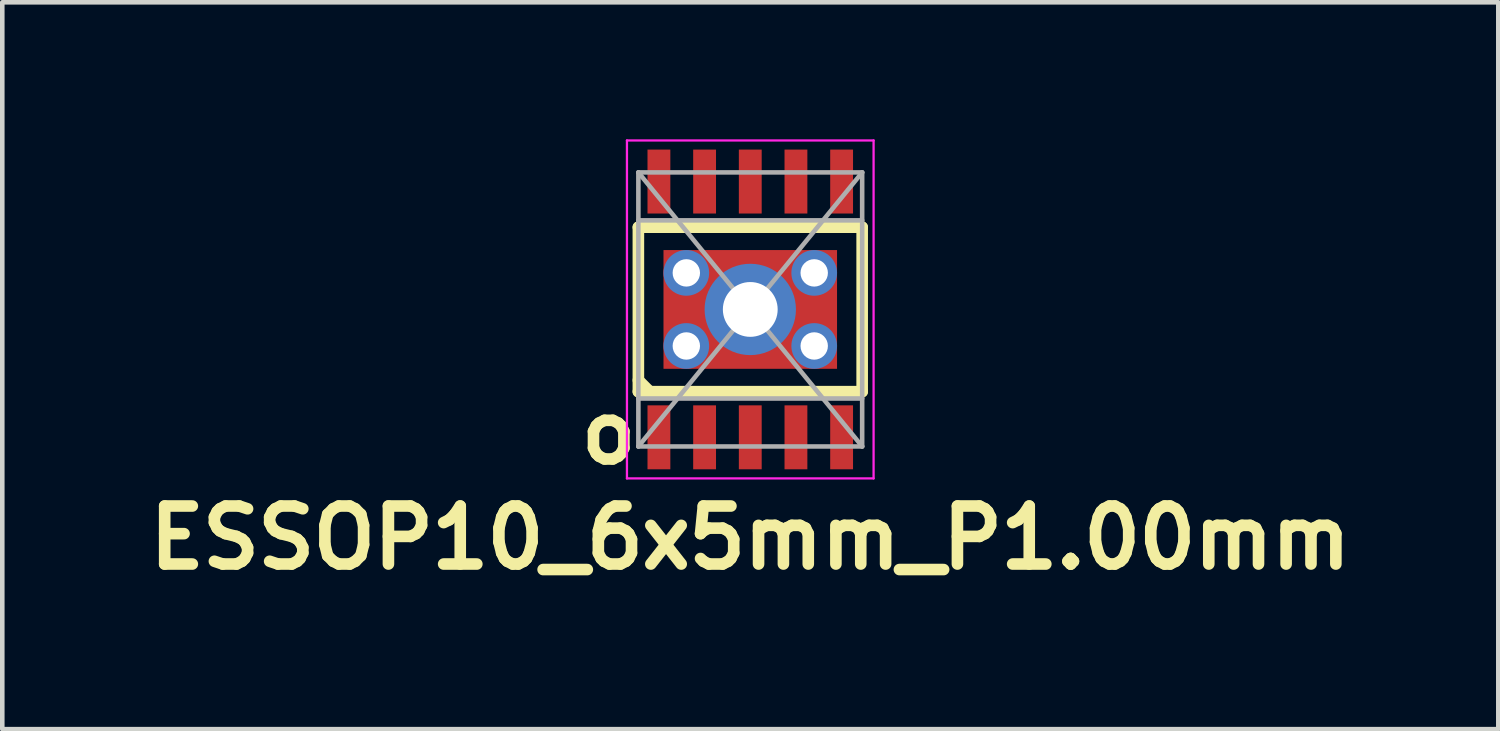
<source format=kicad_pcb>
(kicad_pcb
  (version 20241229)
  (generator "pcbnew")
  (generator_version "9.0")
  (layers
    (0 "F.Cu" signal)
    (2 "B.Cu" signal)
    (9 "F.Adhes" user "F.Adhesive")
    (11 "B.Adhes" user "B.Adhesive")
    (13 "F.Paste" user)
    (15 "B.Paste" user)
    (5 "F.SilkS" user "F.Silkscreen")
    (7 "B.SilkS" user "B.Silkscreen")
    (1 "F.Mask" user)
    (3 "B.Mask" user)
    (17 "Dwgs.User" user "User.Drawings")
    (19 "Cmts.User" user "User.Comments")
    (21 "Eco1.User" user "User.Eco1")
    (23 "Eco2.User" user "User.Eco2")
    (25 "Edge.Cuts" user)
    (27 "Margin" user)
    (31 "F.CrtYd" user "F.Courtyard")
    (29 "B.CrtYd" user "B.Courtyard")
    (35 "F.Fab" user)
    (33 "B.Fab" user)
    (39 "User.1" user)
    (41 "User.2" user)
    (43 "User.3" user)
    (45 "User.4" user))
  (footprint "ESSOP10_6x5mm_P1.00mm"
    (layer "F.Cu")
    (at 13.377 3.725)
    (property "Reference" "ESSOP10_6x5mm_P1.00mm" (at 0 5 0) (layer "F.SilkS") (effects (font (size 1.27 1.27) (thickness 0.254))))
    (attr smd)
    (fp_line (start -2.45 1.8) (end -2.45 -1.8) (stroke (width 0.254) (type solid)) (layer "F.SilkS"))
    (fp_line (start -2.2 1.8) (end -2.45 1.55) (stroke (width 0.254) (type solid)) (layer "F.SilkS"))
    (fp_line (start 2.45 -1.8) (end -2.45 -1.8) (stroke (width 0.254) (type solid)) (layer "F.SilkS"))
    (fp_line (start 2.45 1.8) (end -2.45 1.8) (stroke (width 0.254) (type solid)) (layer "F.SilkS"))
    (fp_line (start 2.45 1.8) (end 2.45 -1.8) (stroke (width 0.254) (type solid)) (layer "F.SilkS"))
    (fp_line (start -2.7 -3.7) (end 2.7 -3.7) (stroke (width 0.05) (type solid)) (layer "F.CrtYd"))
    (fp_line (start -2.7 3.7) (end -2.7 -3.7) (stroke (width 0.05) (type solid)) (layer "F.CrtYd"))
    (fp_line (start -2.7 3.7) (end 2.7 3.7) (stroke (width 0.05) (type solid)) (layer "F.CrtYd"))
    (fp_line (start 2.7 3.7) (end 2.7 -3.7) (stroke (width 0.05) (type solid)) (layer "F.CrtYd"))
    (fp_line (start -2.45 -3) (end 2.45 -3) (stroke (width 0.1) (type solid)) (layer "F.Fab"))
    (fp_line (start -2.45 -3) (end 2.45 3) (stroke (width 0.1) (type solid)) (layer "F.Fab"))
    (fp_line (start -2.45 -1.95) (end 2.45 -1.95) (stroke (width 0.1) (type solid)) (layer "F.Fab"))
    (fp_line (start -2.45 3) (end -2.45 -3) (stroke (width 0.1) (type solid)) (layer "F.Fab"))
    (fp_line (start -2.45 3) (end 2.45 -3) (stroke (width 0.1) (type solid)) (layer "F.Fab"))
    (fp_line (start 2.45 -3) (end 2.45 3) (stroke (width 0.1) (type solid)) (layer "F.Fab"))
    (fp_line (start 2.45 1.95) (end -2.45 1.95) (stroke (width 0.1) (type solid)) (layer "F.Fab"))
    (fp_line (start 2.45 3) (end -2.45 3) (stroke (width 0.1) (type solid)) (layer "F.Fab"))
    (fp_text user "o" (at -3.1 2.7 0) (layer "F.SilkS") (effects (font (size 1.27 1.27) (thickness 0.254))))
    (pad "" smd rect (at -1.4 0 180) (size 1 1) (layers "F.Paste"))
    (pad "" smd rect (at 0 -0.95 180) (size 1 0.7) (layers "F.Paste"))
    (pad "" smd rect (at 0 0.95 180) (size 1 0.7) (layers "F.Paste"))
    (pad "" smd rect (at 1.4 0 180) (size 1 1) (layers "F.Paste"))
    (pad "0" thru_hole circle (at -1.4 -0.8 180) (size 1 1) (drill 0.6) (layers "*.Cu"))
    (pad "0" thru_hole circle (at -1.4 0.8 180) (size 1 1) (drill 0.6) (layers "*.Cu"))
    (pad "0" thru_hole circle (at 0 0 180) (size 2 2) (drill 1.2) (layers "*.Cu" "*.Mask"))
    (pad "0" smd rect (at 0 0 180) (size 3.8 2.6) (layers "F.Cu" "F.Mask"))
    (pad "0" thru_hole circle (at 1.4 -0.8 180) (size 1 1) (drill 0.6) (layers "*.Cu"))
    (pad "0" thru_hole circle (at 1.4 0.8 180) (size 1 1) (drill 0.6) (layers "*.Cu"))
    (pad "1" smd rect (at -2 2.8 90) (size 1.4 0.5) (layers "F.Cu" "F.Mask" "F.Paste"))
    (pad "2" smd rect (at -1 2.8 90) (size 1.4 0.5) (layers "F.Cu" "F.Mask" "F.Paste"))
    (pad "3" smd rect (at 0 2.8 90) (size 1.4 0.5) (layers "F.Cu" "F.Mask" "F.Paste"))
    (pad "4" smd rect (at 1 2.8 90) (size 1.4 0.5) (layers "F.Cu" "F.Mask" "F.Paste"))
    (pad "5" smd rect (at 2 2.8 90) (size 1.4 0.5) (layers "F.Cu" "F.Mask" "F.Paste"))
    (pad "6" smd rect (at 2 -2.8 90) (size 1.4 0.5) (layers "F.Cu" "F.Mask" "F.Paste"))
    (pad "7" smd rect (at 1 -2.8 90) (size 1.4 0.5) (layers "F.Cu" "F.Mask" "F.Paste"))
    (pad "8" smd rect (at 0 -2.8 90) (size 1.4 0.5) (layers "F.Cu" "F.Mask" "F.Paste"))
    (pad "9" smd rect (at -1 -2.8 90) (size 1.4 0.5) (layers "F.Cu" "F.Mask" "F.Paste"))
    (pad "10" smd rect (at -2 -2.8 90) (size 1.4 0.5) (layers "F.Cu" "F.Mask" "F.Paste")))
  (gr_rect
    (start -3 -3)
    (end 29.755 12.914)
    (stroke (width 0.1) (type default))
    (fill no)
    (layer "Edge.Cuts")))
</source>
